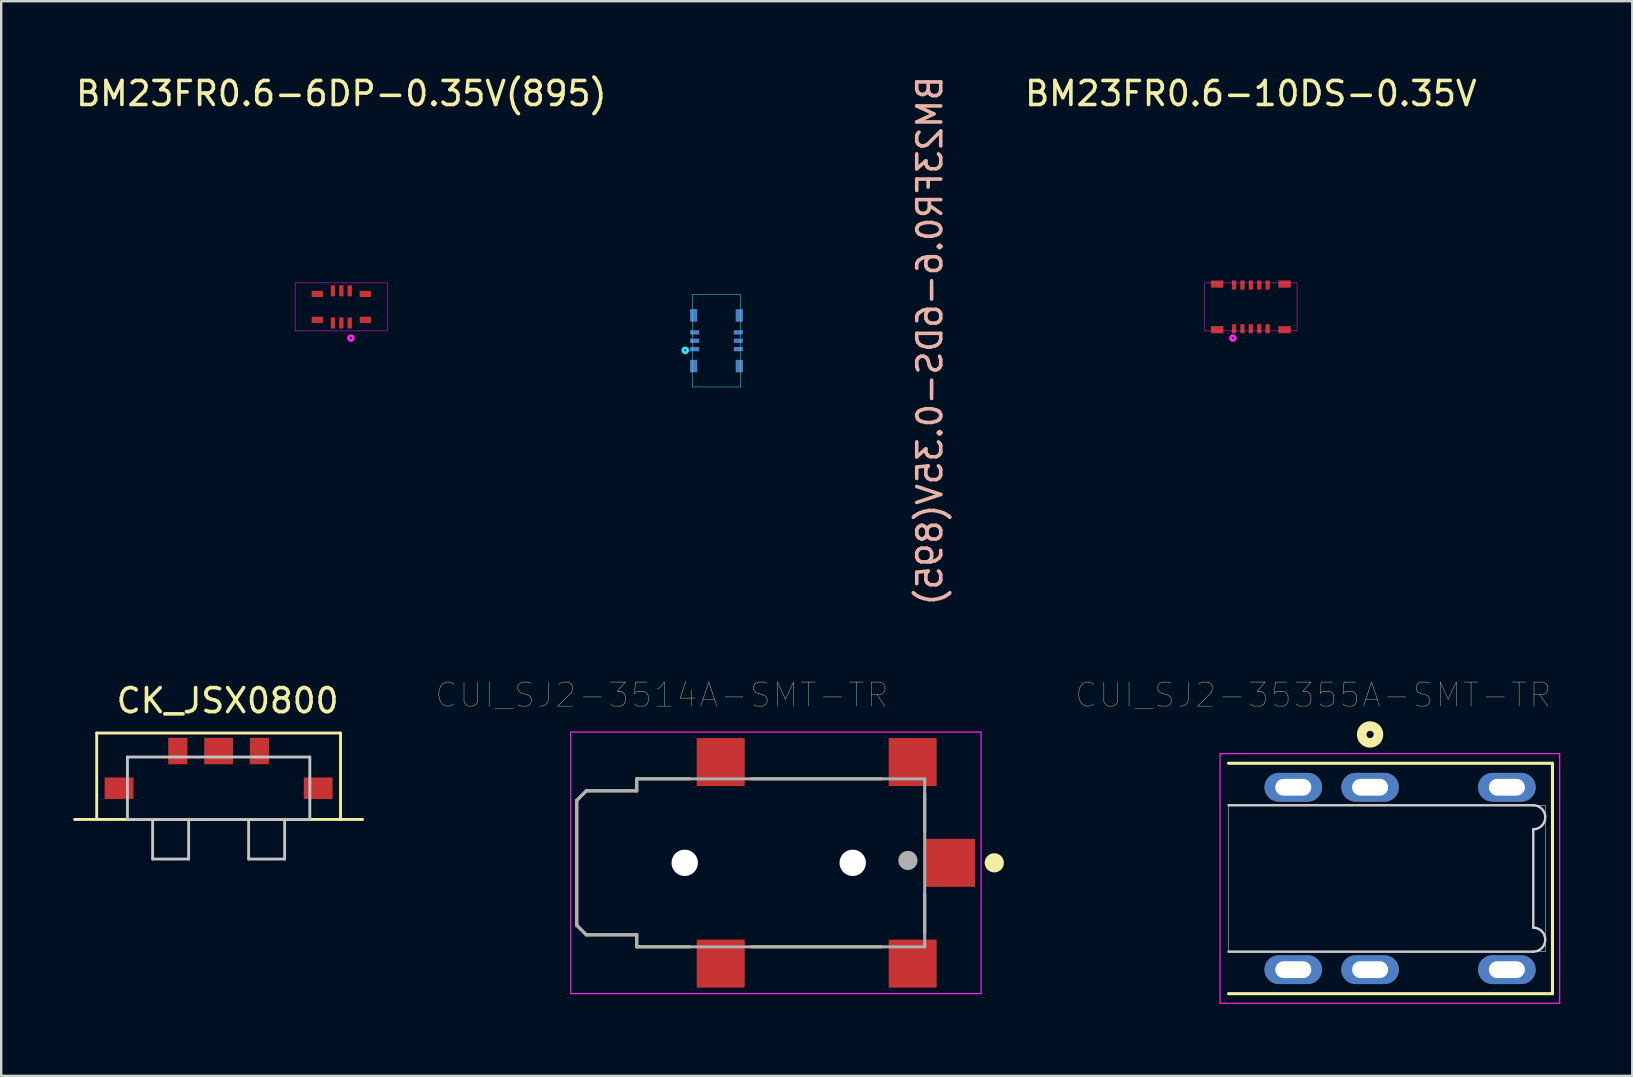
<source format=kicad_pcb>
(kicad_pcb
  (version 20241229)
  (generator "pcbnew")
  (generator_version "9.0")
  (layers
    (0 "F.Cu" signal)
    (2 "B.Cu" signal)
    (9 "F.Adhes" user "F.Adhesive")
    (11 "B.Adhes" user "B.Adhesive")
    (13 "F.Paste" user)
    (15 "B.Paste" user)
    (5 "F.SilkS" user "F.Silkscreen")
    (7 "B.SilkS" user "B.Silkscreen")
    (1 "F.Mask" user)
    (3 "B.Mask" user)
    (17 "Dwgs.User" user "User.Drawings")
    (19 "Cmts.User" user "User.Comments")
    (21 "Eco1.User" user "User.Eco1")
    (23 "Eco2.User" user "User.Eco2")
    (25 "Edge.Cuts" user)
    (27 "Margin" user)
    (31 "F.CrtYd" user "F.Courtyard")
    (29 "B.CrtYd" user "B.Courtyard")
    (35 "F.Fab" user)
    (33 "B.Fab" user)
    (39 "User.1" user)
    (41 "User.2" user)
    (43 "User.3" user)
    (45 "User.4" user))
  (footprint "BM23FR0.6-6DP-0.35V(895)"
    (layer "F.Cu")
    (at 11.173 9.738)
    (property "Reference" "BM23FR0.6-6DP-0.35V(895)" (at 0 -8.89 0) (layer "F.SilkS") (effects (font (size 1 1) (thickness 0.15))))
    (attr through_hole)
    (fp_line (start -1.925 -1) (end -1.925 1) (stroke (width 0.02) (type solid)) (layer "F.CrtYd"))
    (fp_line (start -1.925 -1) (end 1.925 -1) (stroke (width 0.02) (type solid)) (layer "F.CrtYd"))
    (fp_line (start -1.925 1) (end 1.925 1) (stroke (width 0.02) (type solid)) (layer "F.CrtYd"))
    (fp_line (start 1.925 1) (end 1.925 -1) (stroke (width 0.02) (type solid)) (layer "F.CrtYd"))
    (fp_circle (center 0.4 1.3) (end 0.5 1.3) (stroke (width 0.12) (type solid)) (fill no) (layer "F.CrtYd"))
    (pad "1" smd rect (at 0.35 0.67) (size 0.18 0.46) (layers "F.Cu" "F.Mask" "F.Paste"))
    (pad "2" smd rect (at 0.35 -0.67) (size 0.18 0.46) (layers "F.Cu" "F.Mask" "F.Paste"))
    (pad "3" smd rect (at 0 0.67) (size 0.18 0.46) (layers "F.Cu" "F.Mask" "F.Paste"))
    (pad "4" smd rect (at 0 -0.67) (size 0.18 0.46) (layers "F.Cu" "F.Mask" "F.Paste"))
    (pad "5" smd rect (at -0.35 0.67) (size 0.18 0.46) (layers "F.Cu" "F.Mask" "F.Paste"))
    (pad "6" smd rect (at -0.35 -0.67) (size 0.18 0.46) (layers "F.Cu" "F.Mask" "F.Paste"))
    (pad "M1" smd rect (at -1 0.54) (size 0.47 0.26) (layers "F.Cu" "F.Mask" "F.Paste"))
    (pad "M2" smd rect (at -1 -0.54) (size 0.47 0.26) (layers "F.Cu" "F.Mask" "F.Paste"))
    (pad "M3" smd rect (at 1 -0.54) (size 0.47 0.26) (layers "F.Cu" "F.Mask" "F.Paste"))
    (pad "M4" smd rect (at 1 0.54) (size 0.47 0.26) (layers "F.Cu" "F.Mask" "F.Paste")))
  (footprint "BM23FR0.6-10DS-0.35V"
    (layer "F.Cu")
    (at 49.073 9.738)
    (property "Reference" "BM23FR0.6-10DS-0.35V" (at 0 -8.89 0) (layer "F.SilkS") (effects (font (size 1 1) (thickness 0.15))))
    (attr through_hole)
    (fp_line (start -1.925 -1) (end -1.925 1) (stroke (width 0.02) (type solid)) (layer "F.CrtYd"))
    (fp_line (start -1.925 -1) (end 1.925 -1) (stroke (width 0.02) (type solid)) (layer "F.CrtYd"))
    (fp_line (start -1.925 1) (end 1.925 1) (stroke (width 0.02) (type solid)) (layer "F.CrtYd"))
    (fp_line (start 1.925 1) (end 1.925 -1) (stroke (width 0.02) (type solid)) (layer "F.CrtYd"))
    (fp_circle (center -0.75 1.3) (end -0.65 1.3) (stroke (width 0.12) (type solid)) (fill no) (layer "F.CrtYd"))
    (pad "1" smd rect (at -0.7 0.91) (size 0.18 0.38) (layers "F.Cu" "F.Mask" "F.Paste"))
    (pad "2" smd rect (at -0.7 -0.91) (size 0.18 0.38) (layers "F.Cu" "F.Mask" "F.Paste"))
    (pad "3" smd rect (at -0.35 0.91) (size 0.18 0.38) (layers "F.Cu" "F.Mask" "F.Paste"))
    (pad "4" smd rect (at -0.35 -0.91) (size 0.18 0.38) (layers "F.Cu" "F.Mask" "F.Paste"))
    (pad "5" smd rect (at 0 0.91) (size 0.18 0.38) (layers "F.Cu" "F.Mask" "F.Paste"))
    (pad "6" smd rect (at 0 -0.91) (size 0.18 0.38) (layers "F.Cu" "F.Mask" "F.Paste"))
    (pad "7" smd rect (at 0.35 0.91) (size 0.18 0.38) (layers "F.Cu" "F.Mask" "F.Paste"))
    (pad "8" smd rect (at 0.35 -0.91) (size 0.18 0.38) (layers "F.Cu" "F.Mask" "F.Paste"))
    (pad "9" smd rect (at 0.7 0.91) (size 0.18 0.38) (layers "F.Cu" "F.Mask" "F.Paste"))
    (pad "10" smd rect (at 0.7 -0.91) (size 0.18 0.38) (layers "F.Cu" "F.Mask" "F.Paste"))
    (pad "M1" smd rect (at -1.405 0.95) (size 0.52 0.3) (layers "F.Cu" "F.Mask" "F.Paste"))
    (pad "M2" smd rect (at -1.405 -0.95) (size 0.52 0.3) (layers "F.Cu" "F.Mask" "F.Paste"))
    (pad "M3" smd rect (at 1.405 -0.95) (size 0.52 0.3) (layers "F.Cu" "F.Mask" "F.Paste"))
    (pad "M4" smd rect (at 1.405 0.95) (size 0.52 0.3) (layers "F.Cu" "F.Mask" "F.Paste")))
  (footprint "CUI_SJ2-35355A-SMT-TR"
    (layer "F.Cu")
    (at 48.141 33.555)
    (property "Reference" "CUI_SJ2-35355A-SMT-TR" (at 3.53 -7.645 0) (layer "F.SilkS") (effects (font (size 1.001 1.001) (thickness 0.015))))
    (attr through_hole)
    (fp_line (start 0 -4.8) (end 13.5 -4.8) (stroke (width 0.127) (type solid)) (layer "F.SilkS"))
    (fp_line (start 13.5 -4.8) (end 13.5 4.8) (stroke (width 0.127) (type solid)) (layer "F.SilkS"))
    (fp_line (start 13.5 4.8) (end 0 4.8) (stroke (width 0.127) (type solid)) (layer "F.SilkS"))
    (fp_circle (center 5.9 -6) (end 6.05 -6) (stroke (width 0.4) (type solid)) (fill no) (layer "F.SilkS"))
    (fp_poly (pts (xy 0 -3.05) (xy 13.2 -3.05) (xy 13.2 3.051) (xy 0 3.051)) (stroke (width 0.01) (type solid)) (fill no) (layer "Dwgs.User"))
    (fp_poly (pts (xy 0 -3.05) (xy 13.2 -3.05) (xy 13.2 3.054) (xy 0 3.054)) (stroke (width 0.01) (type solid)) (fill no) (layer "Dwgs.User"))
    (fp_poly (pts (xy 0 -3.05) (xy 13.2 -3.05) (xy 13.2 3.054) (xy 0 3.054)) (stroke (width 0.01) (type solid)) (fill no) (layer "Dwgs.User"))
    (fp_line (start 0 -3.05) (end 12.7 -3.05) (stroke (width 0.1) (type solid)) (layer "Edge.Cuts"))
    (fp_line (start 12.7 -2.05) (end 12.7 2.05) (stroke (width 0.1) (type solid)) (layer "Edge.Cuts"))
    (fp_line (start 12.7 3.05) (end 0 3.05) (stroke (width 0.1) (type solid)) (layer "Edge.Cuts"))
    (fp_arc (start 12.7 -3.05) (mid 13.2 -2.55) (end 12.7 -2.05) (stroke (width 0.1) (type solid)) (layer "Edge.Cuts"))
    (fp_arc (start 12.7 2.05) (mid 13.2 2.55) (end 12.7 3.05) (stroke (width 0.1) (type solid)) (layer "Edge.Cuts"))
    (fp_line (start -0.35 -5.2) (end 13.8 -5.2) (stroke (width 0.05) (type solid)) (layer "F.CrtYd"))
    (fp_line (start -0.35 5.2) (end -0.35 -5.2) (stroke (width 0.05) (type solid)) (layer "F.CrtYd"))
    (fp_line (start 13.8 -5.2) (end 13.8 5.2) (stroke (width 0.05) (type solid)) (layer "F.CrtYd"))
    (fp_line (start 13.8 5.2) (end -0.35 5.2) (stroke (width 0.05) (type solid)) (layer "F.CrtYd"))
    (pad "1" thru_hole oval (at 5.9 -3.8) (size 2.4 1.2) (drill oval 1.5 0.7) (layers "*.Cu" "*.Mask"))
    (pad "2" thru_hole oval (at 11.6 -3.8) (size 2.4 1.2) (drill oval 1.5 0.7) (layers "*.Cu" "*.Mask"))
    (pad "3" thru_hole oval (at 5.9 3.8) (size 2.4 1.2) (drill oval 1.5 0.7) (layers "*.Cu" "*.Mask"))
    (pad "4" thru_hole oval (at 2.7 -3.8) (size 2.4 1.2) (drill oval 1.5 0.7) (layers "*.Cu" "*.Mask"))
    (pad "5" thru_hole oval (at 11.6 3.8) (size 2.4 1.2) (drill oval 1.5 0.7) (layers "*.Cu" "*.Mask"))
    (pad "6" thru_hole oval (at 2.7 3.8) (size 2.4 1.2) (drill oval 1.5 0.7) (layers "*.Cu" "*.Mask")))
  (footprint "CUI_SJ2-3514A-SMT-TR"
    (layer "F.Cu")
    (at 29.482 32.904)
    (property "Reference" "CUI_SJ2-3514A-SMT-TR" (at -4.951 -6.994 0) (layer "F.SilkS") (effects (font (size 1.001 1.001) (thickness 0.015))))
    (attr through_hole)
    (fp_line (start -8.5 -2.6) (end -8.5 2.6) (stroke (width 0.127) (type solid)) (layer "F.SilkS"))
    (fp_line (start -8.5 -2.6) (end -8.1 -3) (stroke (width 0.127) (type solid)) (layer "F.SilkS"))
    (fp_line (start -8.5 2.6) (end -8.1 3) (stroke (width 0.127) (type solid)) (layer "F.SilkS"))
    (fp_line (start -8.1 3) (end -6 3) (stroke (width 0.127) (type solid)) (layer "F.SilkS"))
    (fp_line (start -6 -3.5) (end -3.8 -3.5) (stroke (width 0.127) (type solid)) (layer "F.SilkS"))
    (fp_line (start -6 -3) (end -8.1 -3) (stroke (width 0.127) (type solid)) (layer "F.SilkS"))
    (fp_line (start -6 -3) (end -6 -3.5) (stroke (width 0.127) (type solid)) (layer "F.SilkS"))
    (fp_line (start -6 3.5) (end -6 3) (stroke (width 0.127) (type solid)) (layer "F.SilkS"))
    (fp_line (start -3.8 3.5) (end -6 3.5) (stroke (width 0.127) (type solid)) (layer "F.SilkS"))
    (fp_line (start -1.2 -3.5) (end 4.2 -3.5) (stroke (width 0.127) (type solid)) (layer "F.SilkS"))
    (fp_line (start 4.2 3.5) (end -1.2 3.5) (stroke (width 0.127) (type solid)) (layer "F.SilkS"))
    (fp_line (start 6 -2.9) (end 6 -1.3) (stroke (width 0.127) (type solid)) (layer "F.SilkS"))
    (fp_line (start 6 1.3) (end 6 2.9) (stroke (width 0.127) (type solid)) (layer "F.SilkS"))
    (fp_circle (center 8.9 0) (end 9.1 0) (stroke (width 0.4) (type solid)) (fill no) (layer "F.SilkS"))
    (fp_line (start -8.75 -5.45) (end 8.35 -5.45) (stroke (width 0.05) (type solid)) (layer "F.CrtYd"))
    (fp_line (start -8.75 5.45) (end -8.75 -5.45) (stroke (width 0.05) (type solid)) (layer "F.CrtYd"))
    (fp_line (start 8.35 -5.45) (end 8.35 5.45) (stroke (width 0.05) (type solid)) (layer "F.CrtYd"))
    (fp_line (start 8.35 5.45) (end -8.75 5.45) (stroke (width 0.05) (type solid)) (layer "F.CrtYd"))
    (fp_line (start -8.5 -2.6) (end -8.5 2.6) (stroke (width 0.127) (type solid)) (layer "F.Fab"))
    (fp_line (start -8.5 -2.6) (end -8.1 -3) (stroke (width 0.127) (type solid)) (layer "F.Fab"))
    (fp_line (start -8.5 2.6) (end -8.1 3) (stroke (width 0.127) (type solid)) (layer "F.Fab"))
    (fp_line (start -8.1 3) (end -6 3) (stroke (width 0.127) (type solid)) (layer "F.Fab"))
    (fp_line (start -6 -3.5) (end 6 -3.5) (stroke (width 0.127) (type solid)) (layer "F.Fab"))
    (fp_line (start -6 -3) (end -8.1 -3) (stroke (width 0.127) (type solid)) (layer "F.Fab"))
    (fp_line (start -6 -3) (end -6 -3.5) (stroke (width 0.127) (type solid)) (layer "F.Fab"))
    (fp_line (start -6 3.5) (end -6 3) (stroke (width 0.127) (type solid)) (layer "F.Fab"))
    (fp_line (start 6 -3.5) (end 6 3.5) (stroke (width 0.127) (type solid)) (layer "F.Fab"))
    (fp_line (start 6 3.5) (end -6 3.5) (stroke (width 0.127) (type solid)) (layer "F.Fab"))
    (fp_circle (center 5.3 -0.1) (end 5.5 -0.1) (stroke (width 0.4) (type solid)) (fill no) (layer "F.Fab"))
    (pad "" np_thru_hole circle (at -4 0) (size 1.1 1.1) (drill 1.1) (layers "*.Cu" "*.Mask"))
    (pad "" np_thru_hole circle (at 3 0) (size 1.1 1.1) (drill 1.1) (layers "*.Cu" "*.Mask"))
    (pad "1" smd rect (at 7.05 0) (size 2.1 2) (layers "F.Cu" "F.Mask" "F.Paste"))
    (pad "2_1" smd rect (at -2.5 -4.2) (size 2 2) (layers "F.Cu" "F.Mask" "F.Paste"))
    (pad "2_2" smd rect (at -2.5 4.2) (size 2 2) (layers "F.Cu" "F.Mask" "F.Paste"))
    (pad "3" smd rect (at 5.5 4.2) (size 2 2) (layers "F.Cu" "F.Mask" "F.Paste"))
    (pad "4" smd rect (at 5.5 -4.2) (size 2 2) (layers "F.Cu" "F.Mask" "F.Paste")))
  (footprint "CK_JSX0800"
    (layer "F.Cu")
    (at 6.06 29.796)
    (property "Reference" "CK_JSX0800" (at 0.375 -3.65 0) (layer "F.SilkS") (effects (font (size 1 1) (thickness 0.15))))
    (attr through_hole)
    (fp_line (start -6 1.3) (end 6 1.3) (stroke (width 0.12) (type solid)) (layer "F.SilkS"))
    (fp_line (start -5.08 -2.3) (end -5.08 1.3) (stroke (width 0.12) (type solid)) (layer "F.SilkS"))
    (fp_line (start 5.08 -2.3) (end -5.08 -2.3) (stroke (width 0.12) (type solid)) (layer "F.SilkS"))
    (fp_line (start 5.08 1.3) (end 5.08 -2.3) (stroke (width 0.12) (type solid)) (layer "F.SilkS"))
    (fp_line (start -3.8 -1.3) (end 3.8 -1.3) (stroke (width 0.12) (type solid)) (layer "Dwgs.User"))
    (fp_line (start -3.8 1.3) (end -3.8 -1.3) (stroke (width 0.12) (type solid)) (layer "Dwgs.User"))
    (fp_line (start -2.75 1.3) (end -2.75 2.95) (stroke (width 0.12) (type solid)) (layer "Dwgs.User"))
    (fp_line (start -2.75 2.95) (end -1.25 2.95) (stroke (width 0.12) (type solid)) (layer "Dwgs.User"))
    (fp_line (start -1.25 2.95) (end -1.25 1.35) (stroke (width 0.12) (type solid)) (layer "Dwgs.User"))
    (fp_line (start 1.25 1.3) (end 1.25 2.95) (stroke (width 0.12) (type solid)) (layer "Dwgs.User"))
    (fp_line (start 1.25 2.95) (end 2.75 2.95) (stroke (width 0.12) (type solid)) (layer "Dwgs.User"))
    (fp_line (start 2.75 2.95) (end 2.75 1.35) (stroke (width 0.12) (type solid)) (layer "Dwgs.User"))
    (fp_line (start 3.8 -1.3) (end 3.8 1.3) (stroke (width 0.12) (type solid)) (layer "Dwgs.User"))
    (fp_line (start 3.8 1.3) (end -3.8 1.3) (stroke (width 0.12) (type solid)) (layer "Dwgs.User"))
    (pad "1" smd rect (at -1.7 -1.55) (size 0.8 1.1) (layers "F.Cu" "F.Mask" "F.Paste"))
    (pad "2" smd rect (at 0 -1.55) (size 1.2 1.1) (layers "F.Cu" "F.Mask" "F.Paste"))
    (pad "3" smd rect (at 1.7 -1.55) (size 0.8 1.1) (layers "F.Cu" "F.Mask" "F.Paste"))
    (pad "4" smd rect (at -4.15 0) (size 1.2 0.9) (layers "F.Cu" "F.Mask" "F.Paste"))
    (pad "5" smd rect (at 4.15 0) (size 1.2 0.9) (layers "F.Cu" "F.Mask" "F.Paste")))
  (footprint "BM23FR0.6-6DS-0.35V(895)"
    (layer "B.Cu")
    (at 26.805 11.149 90)
    (property "Reference" "BM23FR0.6-6DS-0.35V(895)" (at 0 8.89 90) (layer "B.SilkS") (effects (font (size 1 1) (thickness 0.15)) (justify mirror)))
    (attr through_hole)
    (fp_line (start 1.925 -1) (end 1.925 1) (stroke (width 0.02) (type solid)) (layer "B.CrtYd"))
    (fp_line (start -1.925 -1) (end 1.925 -1) (stroke (width 0.02) (type solid)) (layer "B.CrtYd"))
    (fp_line (start -1.925 1) (end -1.925 -1) (stroke (width 0.02) (type solid)) (layer "B.CrtYd"))
    (fp_line (start -1.925 1) (end 1.925 1) (stroke (width 0.02) (type solid)) (layer "B.CrtYd"))
    (fp_circle (center -0.4 -1.3) (end -0.3 -1.3) (stroke (width 0.12) (type solid)) (fill no) (layer "B.CrtYd"))
    (pad "1" smd rect (at -0.35 -0.91 90) (size 0.18 0.38) (layers "B.Cu" "B.Mask" "B.Paste"))
    (pad "2" smd rect (at -0.35 0.91 90) (size 0.18 0.38) (layers "B.Cu" "B.Mask" "B.Paste"))
    (pad "3" smd rect (at 0 -0.91 90) (size 0.18 0.38) (layers "B.Cu" "B.Mask" "B.Paste"))
    (pad "4" smd rect (at 0 0.91 90) (size 0.18 0.38) (layers "B.Cu" "B.Mask" "B.Paste"))
    (pad "5" smd rect (at 0.35 -0.91 90) (size 0.18 0.38) (layers "B.Cu" "B.Mask" "B.Paste"))
    (pad "6" smd rect (at 0.35 0.91 90) (size 0.18 0.38) (layers "B.Cu" "B.Mask" "B.Paste"))
    (pad "M1" smd rect (at -1.055 -0.95 90) (size 0.52 0.3) (layers "B.Cu" "B.Mask" "B.Paste"))
    (pad "M2" smd rect (at -1.055 0.95 90) (size 0.52 0.3) (layers "B.Cu" "B.Mask" "B.Paste"))
    (pad "M3" smd rect (at 1.055 0.95 90) (size 0.52 0.3) (layers "B.Cu" "B.Mask" "B.Paste"))
    (pad "M4" smd rect (at 1.055 -0.95 90) (size 0.52 0.3) (layers "B.Cu" "B.Mask" "B.Paste")))
  (gr_rect
    (start -3 -3)
    (end 64.966 41.78)
    (stroke (width 0.1) (type default))
    (fill no)
    (layer "Edge.Cuts")))
</source>
